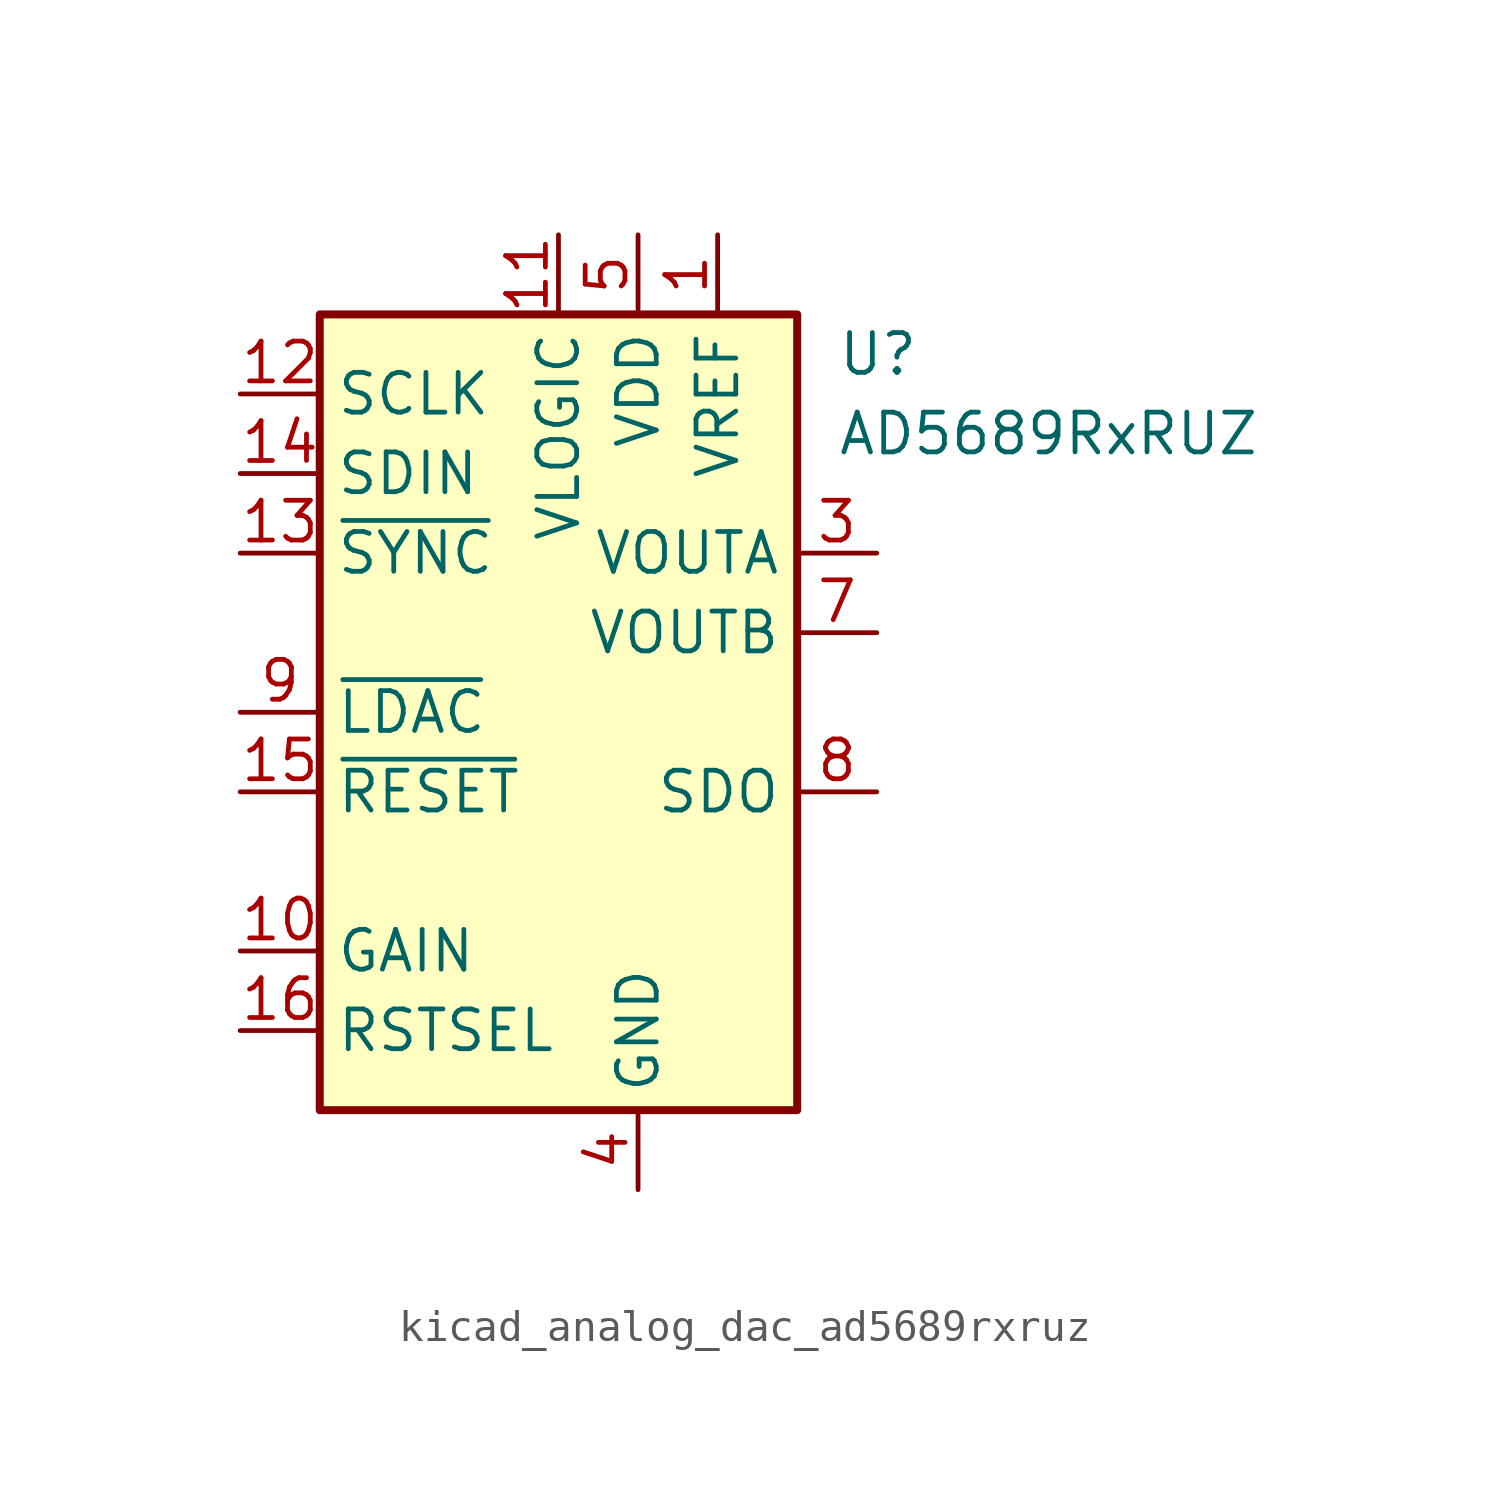
<source format=kicad_sym>
(kicad_symbol_lib
  (version 20220914)
  (generator kicad_symbol_editor)
  (symbol "kicad_analog_dac_ad5689rxruz"
    (property "Reference" "U"
      (at 8.89 11.43 0)
      (effects (font (size 1.27 1.27)) (justify left)))
    (property "Value" "AD5689RxRUZ"
      (at 8.89 8.89 0)
      (effects (font (size 1.27 1.27)) (justify left)))
    (symbol "kicad_analog_dac_ad5689rxruz_0_1"
      (rectangle (start -7.62 12.7) (end 7.62 -12.7) (stroke (width 0.254) (type default)) (fill (type background))))
    (symbol "kicad_analog_dac_ad5689rxruz_1_1"
      (pin power_in line (at 5.08 15.24 270) (length 2.54) (name "VREF" (effects (font (size 1.27 1.27)))) (number "1" (effects (font (size 1.27 1.27)))))
      (pin input line (at -10.16 -7.62 0) (length 2.54) (name "GAIN" (effects (font (size 1.27 1.27)))) (number "10" (effects (font (size 1.27 1.27)))))
      (pin power_in line (at 0 15.24 270) (length 2.54) (name "VLOGIC" (effects (font (size 1.27 1.27)))) (number "11" (effects (font (size 1.27 1.27)))))
      (pin input line (at -10.16 10.16 0) (length 2.54) (name "SCLK" (effects (font (size 1.27 1.27)))) (number "12" (effects (font (size 1.27 1.27)))))
      (pin input line (at -10.16 5.08 0) (length 2.54) (name "~{SYNC}" (effects (font (size 1.27 1.27)))) (number "13" (effects (font (size 1.27 1.27)))))
      (pin input line (at -10.16 7.62 0) (length 2.54) (name "SDIN" (effects (font (size 1.27 1.27)))) (number "14" (effects (font (size 1.27 1.27)))))
      (pin input line (at -10.16 -2.54 0) (length 2.54) (name "~{RESET}" (effects (font (size 1.27 1.27)))) (number "15" (effects (font (size 1.27 1.27)))))
      (pin input line (at -10.16 -10.16 0) (length 2.54) (name "RSTSEL" (effects (font (size 1.27 1.27)))) (number "16" (effects (font (size 1.27 1.27)))))
      (pin no_connect line (at 7.62 -5.08 180) (length 2.54) hide (name "NC" (effects (font (size 1.27 1.27)))) (number "2" (effects (font (size 1.27 1.27)))))
      (pin output line (at 10.16 5.08 180) (length 2.54) (name "VOUTA" (effects (font (size 1.27 1.27)))) (number "3" (effects (font (size 1.27 1.27)))))
      (pin power_in line (at 2.54 -15.24 90) (length 2.54) (name "GND" (effects (font (size 1.27 1.27)))) (number "4" (effects (font (size 1.27 1.27)))))
      (pin power_in line (at 2.54 15.24 270) (length 2.54) (name "VDD" (effects (font (size 1.27 1.27)))) (number "5" (effects (font (size 1.27 1.27)))))
      (pin no_connect line (at 7.62 -7.62 180) (length 2.54) hide (name "NC" (effects (font (size 1.27 1.27)))) (number "6" (effects (font (size 1.27 1.27)))))
      (pin output line (at 10.16 2.54 180) (length 2.54) (name "VOUTB" (effects (font (size 1.27 1.27)))) (number "7" (effects (font (size 1.27 1.27)))))
      (pin output line (at 10.16 -2.54 180) (length 2.54) (name "SDO" (effects (font (size 1.27 1.27)))) (number "8" (effects (font (size 1.27 1.27)))))
      (pin input line (at -10.16 0 0) (length 2.54) (name "~{LDAC}" (effects (font (size 1.27 1.27)))) (number "9" (effects (font (size 1.27 1.27))))))))
</source>
